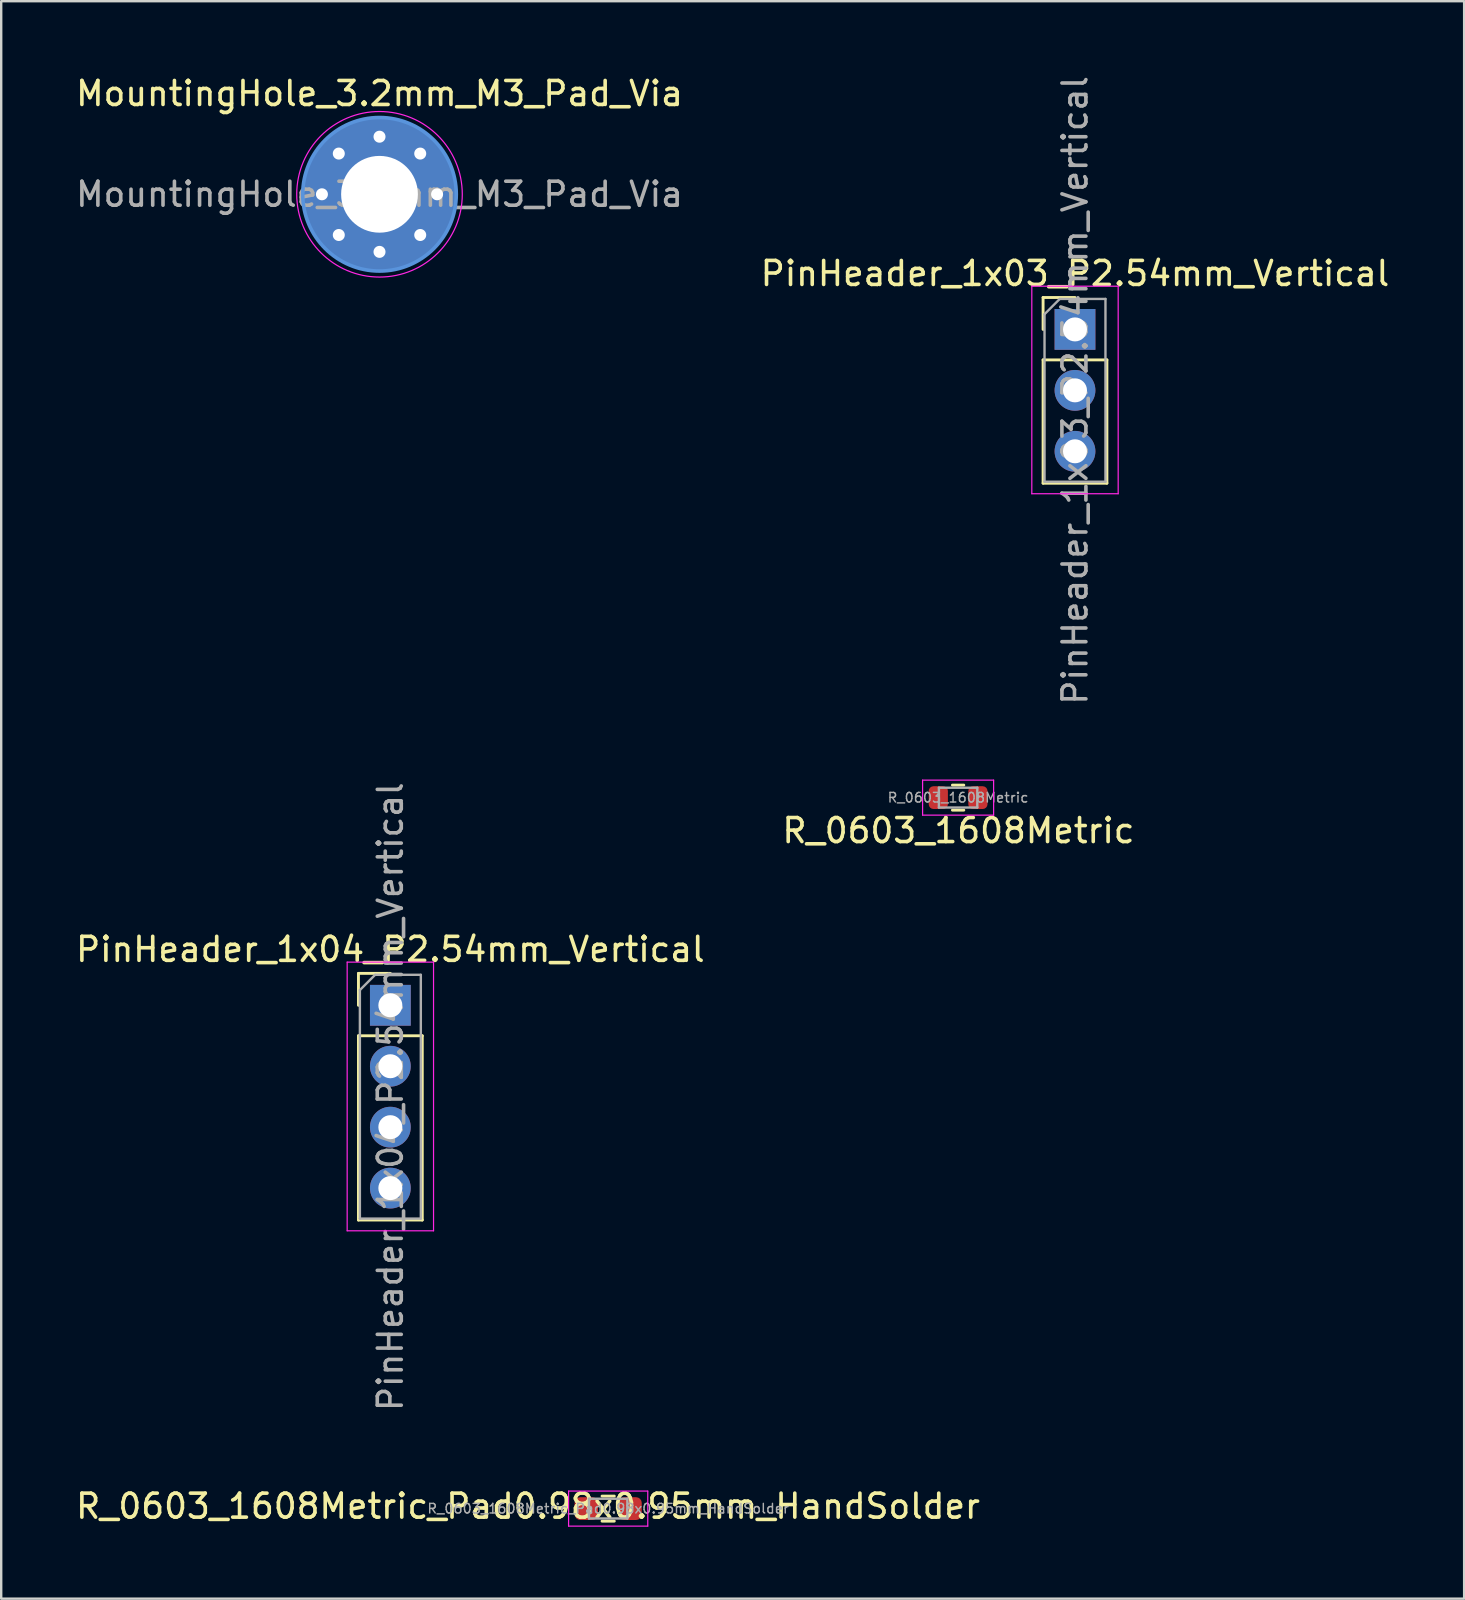
<source format=kicad_pcb>
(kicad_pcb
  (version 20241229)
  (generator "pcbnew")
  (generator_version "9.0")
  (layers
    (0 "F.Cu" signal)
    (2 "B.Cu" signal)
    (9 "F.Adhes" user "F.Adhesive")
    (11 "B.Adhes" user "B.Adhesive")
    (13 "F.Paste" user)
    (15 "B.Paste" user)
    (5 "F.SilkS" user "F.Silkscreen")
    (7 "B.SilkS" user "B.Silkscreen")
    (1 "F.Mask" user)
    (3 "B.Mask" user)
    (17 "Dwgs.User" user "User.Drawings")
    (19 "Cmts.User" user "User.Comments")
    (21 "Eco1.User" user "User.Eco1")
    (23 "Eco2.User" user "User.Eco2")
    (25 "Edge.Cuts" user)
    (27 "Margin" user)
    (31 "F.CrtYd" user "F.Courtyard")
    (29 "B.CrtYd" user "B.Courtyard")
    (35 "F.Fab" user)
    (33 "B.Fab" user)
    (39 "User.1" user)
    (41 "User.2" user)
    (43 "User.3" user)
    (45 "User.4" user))
  (footprint "MountingHole_3.2mm_M3_Pad_Via"
    (layer "F.Cu")
    (at 12.768 5.048)
    (property "Reference" "MountingHole_3.2mm_M3_Pad_Via" (at 0 -4.2 0) (layer "F.SilkS") (effects (font (size 1 1) (thickness 0.15))))
    (attr exclude_from_pos_files)
    (fp_circle (center 0 0) (end 3.2 0) (stroke (width 0.15) (type solid)) (fill no) (layer "Cmts.User"))
    (fp_circle (center 0 0) (end 3.45 0) (stroke (width 0.05) (type solid)) (fill no) (layer "F.CrtYd"))
    (fp_text user "${REFERENCE}" (at 0 0 0) (layer "F.Fab") (effects (font (size 1 1) (thickness 0.15))))
    (pad "1" thru_hole circle (at -2.4 0) (size 0.8 0.8) (drill 0.5) (layers "*.Cu" "*.Mask"))
    (pad "1" thru_hole circle (at -1.697 -1.697) (size 0.8 0.8) (drill 0.5) (layers "*.Cu" "*.Mask"))
    (pad "1" thru_hole circle (at -1.697 1.697) (size 0.8 0.8) (drill 0.5) (layers "*.Cu" "*.Mask"))
    (pad "1" thru_hole circle (at 0 -2.4) (size 0.8 0.8) (drill 0.5) (layers "*.Cu" "*.Mask"))
    (pad "1" thru_hole circle (at 0 0) (size 6.4 6.4) (drill 3.2) (layers "*.Cu" "*.Mask"))
    (pad "1" thru_hole circle (at 0 2.4) (size 0.8 0.8) (drill 0.5) (layers "*.Cu" "*.Mask"))
    (pad "1" thru_hole circle (at 1.697 -1.697) (size 0.8 0.8) (drill 0.5) (layers "*.Cu" "*.Mask"))
    (pad "1" thru_hole circle (at 1.697 1.697) (size 0.8 0.8) (drill 0.5) (layers "*.Cu" "*.Mask"))
    (pad "1" thru_hole circle (at 2.4 0) (size 0.8 0.8) (drill 0.5) (layers "*.Cu" "*.Mask")))
  (footprint "PinHeader_1x03_P2.54mm_Vertical"
    (layer "F.Cu")
    (at 41.756 10.68)
    (property "Reference" "PinHeader_1x03_P2.54mm_Vertical" (at 0 -2.33 0) (layer "F.SilkS") (effects (font (size 1 1) (thickness 0.15))))
    (attr through_hole)
    (fp_line (start -1.33 -1.33) (end 0 -1.33) (stroke (width 0.12) (type solid)) (layer "F.SilkS"))
    (fp_line (start -1.33 0) (end -1.33 -1.33) (stroke (width 0.12) (type solid)) (layer "F.SilkS"))
    (fp_line (start -1.33 1.27) (end -1.33 6.41) (stroke (width 0.12) (type solid)) (layer "F.SilkS"))
    (fp_line (start -1.33 1.27) (end 1.33 1.27) (stroke (width 0.12) (type solid)) (layer "F.SilkS"))
    (fp_line (start -1.33 6.41) (end 1.33 6.41) (stroke (width 0.12) (type solid)) (layer "F.SilkS"))
    (fp_line (start 1.33 1.27) (end 1.33 6.41) (stroke (width 0.12) (type solid)) (layer "F.SilkS"))
    (fp_line (start -1.8 -1.8) (end -1.8 6.85) (stroke (width 0.05) (type solid)) (layer "F.CrtYd"))
    (fp_line (start -1.8 6.85) (end 1.8 6.85) (stroke (width 0.05) (type solid)) (layer "F.CrtYd"))
    (fp_line (start 1.8 -1.8) (end -1.8 -1.8) (stroke (width 0.05) (type solid)) (layer "F.CrtYd"))
    (fp_line (start 1.8 6.85) (end 1.8 -1.8) (stroke (width 0.05) (type solid)) (layer "F.CrtYd"))
    (fp_line (start -1.27 -0.635) (end -0.635 -1.27) (stroke (width 0.1) (type solid)) (layer "F.Fab"))
    (fp_line (start -1.27 6.35) (end -1.27 -0.635) (stroke (width 0.1) (type solid)) (layer "F.Fab"))
    (fp_line (start -0.635 -1.27) (end 1.27 -1.27) (stroke (width 0.1) (type solid)) (layer "F.Fab"))
    (fp_line (start 1.27 -1.27) (end 1.27 6.35) (stroke (width 0.1) (type solid)) (layer "F.Fab"))
    (fp_line (start 1.27 6.35) (end -1.27 6.35) (stroke (width 0.1) (type solid)) (layer "F.Fab"))
    (fp_text user "${REFERENCE}" (at 0 2.54 90) (layer "F.Fab") (effects (font (size 1 1) (thickness 0.15))))
    (pad "1" thru_hole rect (at 0 0) (size 1.7 1.7) (drill 1) (layers "*.Cu" "*.Mask"))
    (pad "2" thru_hole oval (at 0 2.54) (size 1.7 1.7) (drill 1) (layers "*.Cu" "*.Mask"))
    (pad "3" thru_hole oval (at 0 5.08) (size 1.7 1.7) (drill 1) (layers "*.Cu" "*.Mask")))
  (footprint "R_0603_1608Metric_Pad0.98x0.95mm_HandSolder"
    (layer "F.Cu")
    (at 22.299 59.829)
    (property "Reference" "R_0603_1608Metric_Pad0.98x0.95mm_HandSolder" (at -3.341 -0.1 0) (layer "F.SilkS") (effects (font (size 1 1) (thickness 0.15))))
    (attr smd)
    (fp_line (start -0.255 -0.522) (end 0.255 -0.522) (stroke (width 0.12) (type solid)) (layer "F.SilkS"))
    (fp_line (start -0.255 0.522) (end 0.255 0.522) (stroke (width 0.12) (type solid)) (layer "F.SilkS"))
    (fp_line (start -1.65 -0.73) (end 1.65 -0.73) (stroke (width 0.05) (type solid)) (layer "F.CrtYd"))
    (fp_line (start -1.65 0.73) (end -1.65 -0.73) (stroke (width 0.05) (type solid)) (layer "F.CrtYd"))
    (fp_line (start 1.65 -0.73) (end 1.65 0.73) (stroke (width 0.05) (type solid)) (layer "F.CrtYd"))
    (fp_line (start 1.65 0.73) (end -1.65 0.73) (stroke (width 0.05) (type solid)) (layer "F.CrtYd"))
    (fp_line (start -0.8 -0.412) (end 0.8 -0.412) (stroke (width 0.1) (type solid)) (layer "F.Fab"))
    (fp_line (start -0.8 0.412) (end -0.8 -0.412) (stroke (width 0.1) (type solid)) (layer "F.Fab"))
    (fp_line (start 0.8 -0.412) (end 0.8 0.412) (stroke (width 0.1) (type solid)) (layer "F.Fab"))
    (fp_line (start 0.8 0.412) (end -0.8 0.412) (stroke (width 0.1) (type solid)) (layer "F.Fab"))
    (fp_text user "${REFERENCE}" (at 0 0 0) (layer "F.Fab") (effects (font (size 0.4 0.4) (thickness 0.06))))
    (pad "1" smd roundrect (at -0.912 0) (size 0.975 0.95) (layers "F.Cu" "F.Mask" "F.Paste") (roundrect_rratio 0.25))
    (pad "2" smd roundrect (at 0.912 0) (size 0.975 0.95) (layers "F.Cu" "F.Mask" "F.Paste") (roundrect_rratio 0.25)))
  (footprint "R_0603_1608Metric"
    (layer "F.Cu")
    (at 36.884 30.195)
    (property "Reference" "R_0603_1608Metric" (at 0.014 1.376 0) (layer "F.SilkS") (effects (font (size 1 1) (thickness 0.15))))
    (attr smd)
    (fp_line (start -0.237 -0.522) (end 0.237 -0.522) (stroke (width 0.12) (type solid)) (layer "F.SilkS"))
    (fp_line (start -0.237 0.522) (end 0.237 0.522) (stroke (width 0.12) (type solid)) (layer "F.SilkS"))
    (fp_line (start -1.48 -0.73) (end 1.48 -0.73) (stroke (width 0.05) (type solid)) (layer "F.CrtYd"))
    (fp_line (start -1.48 0.73) (end -1.48 -0.73) (stroke (width 0.05) (type solid)) (layer "F.CrtYd"))
    (fp_line (start 1.48 -0.73) (end 1.48 0.73) (stroke (width 0.05) (type solid)) (layer "F.CrtYd"))
    (fp_line (start 1.48 0.73) (end -1.48 0.73) (stroke (width 0.05) (type solid)) (layer "F.CrtYd"))
    (fp_line (start -0.8 -0.412) (end 0.8 -0.412) (stroke (width 0.1) (type solid)) (layer "F.Fab"))
    (fp_line (start -0.8 0.412) (end -0.8 -0.412) (stroke (width 0.1) (type solid)) (layer "F.Fab"))
    (fp_line (start 0.8 -0.412) (end 0.8 0.412) (stroke (width 0.1) (type solid)) (layer "F.Fab"))
    (fp_line (start 0.8 0.412) (end -0.8 0.412) (stroke (width 0.1) (type solid)) (layer "F.Fab"))
    (fp_text user "${REFERENCE}" (at 0 0 0) (layer "F.Fab") (effects (font (size 0.4 0.4) (thickness 0.06))))
    (pad "1" smd roundrect (at -0.825 0) (size 0.8 0.95) (layers "F.Cu" "F.Mask" "F.Paste") (roundrect_rratio 0.25))
    (pad "2" smd roundrect (at 0.825 0) (size 0.8 0.95) (layers "F.Cu" "F.Mask" "F.Paste") (roundrect_rratio 0.25)))
  (footprint "PinHeader_1x04_P2.54mm_Vertical"
    (layer "F.Cu")
    (at 13.22 38.851)
    (property "Reference" "PinHeader_1x04_P2.54mm_Vertical" (at 0 -2.33 0) (layer "F.SilkS") (effects (font (size 1 1) (thickness 0.15))))
    (attr through_hole)
    (fp_line (start -1.33 -1.33) (end 0 -1.33) (stroke (width 0.12) (type solid)) (layer "F.SilkS"))
    (fp_line (start -1.33 0) (end -1.33 -1.33) (stroke (width 0.12) (type solid)) (layer "F.SilkS"))
    (fp_line (start -1.33 1.27) (end -1.33 8.95) (stroke (width 0.12) (type solid)) (layer "F.SilkS"))
    (fp_line (start -1.33 1.27) (end 1.33 1.27) (stroke (width 0.12) (type solid)) (layer "F.SilkS"))
    (fp_line (start -1.33 8.95) (end 1.33 8.95) (stroke (width 0.12) (type solid)) (layer "F.SilkS"))
    (fp_line (start 1.33 1.27) (end 1.33 8.95) (stroke (width 0.12) (type solid)) (layer "F.SilkS"))
    (fp_line (start -1.8 -1.8) (end -1.8 9.4) (stroke (width 0.05) (type solid)) (layer "F.CrtYd"))
    (fp_line (start -1.8 9.4) (end 1.8 9.4) (stroke (width 0.05) (type solid)) (layer "F.CrtYd"))
    (fp_line (start 1.8 -1.8) (end -1.8 -1.8) (stroke (width 0.05) (type solid)) (layer "F.CrtYd"))
    (fp_line (start 1.8 9.4) (end 1.8 -1.8) (stroke (width 0.05) (type solid)) (layer "F.CrtYd"))
    (fp_line (start -1.27 -0.635) (end -0.635 -1.27) (stroke (width 0.1) (type solid)) (layer "F.Fab"))
    (fp_line (start -1.27 8.89) (end -1.27 -0.635) (stroke (width 0.1) (type solid)) (layer "F.Fab"))
    (fp_line (start -0.635 -1.27) (end 1.27 -1.27) (stroke (width 0.1) (type solid)) (layer "F.Fab"))
    (fp_line (start 1.27 -1.27) (end 1.27 8.89) (stroke (width 0.1) (type solid)) (layer "F.Fab"))
    (fp_line (start 1.27 8.89) (end -1.27 8.89) (stroke (width 0.1) (type solid)) (layer "F.Fab"))
    (fp_text user "${REFERENCE}" (at 0 3.81 90) (layer "F.Fab") (effects (font (size 1 1) (thickness 0.15))))
    (pad "1" thru_hole rect (at 0 0) (size 1.7 1.7) (drill 1) (layers "*.Cu" "*.Mask"))
    (pad "2" thru_hole oval (at 0 2.54) (size 1.7 1.7) (drill 1) (layers "*.Cu" "*.Mask"))
    (pad "3" thru_hole oval (at 0 5.08) (size 1.7 1.7) (drill 1) (layers "*.Cu" "*.Mask"))
    (pad "4" thru_hole oval (at 0 7.62) (size 1.7 1.7) (drill 1) (layers "*.Cu" "*.Mask")))
  (gr_rect
    (start -3 -3)
    (end 57.976 63.584)
    (stroke (width 0.1) (type default))
    (fill no)
    (layer "Edge.Cuts")))
</source>
